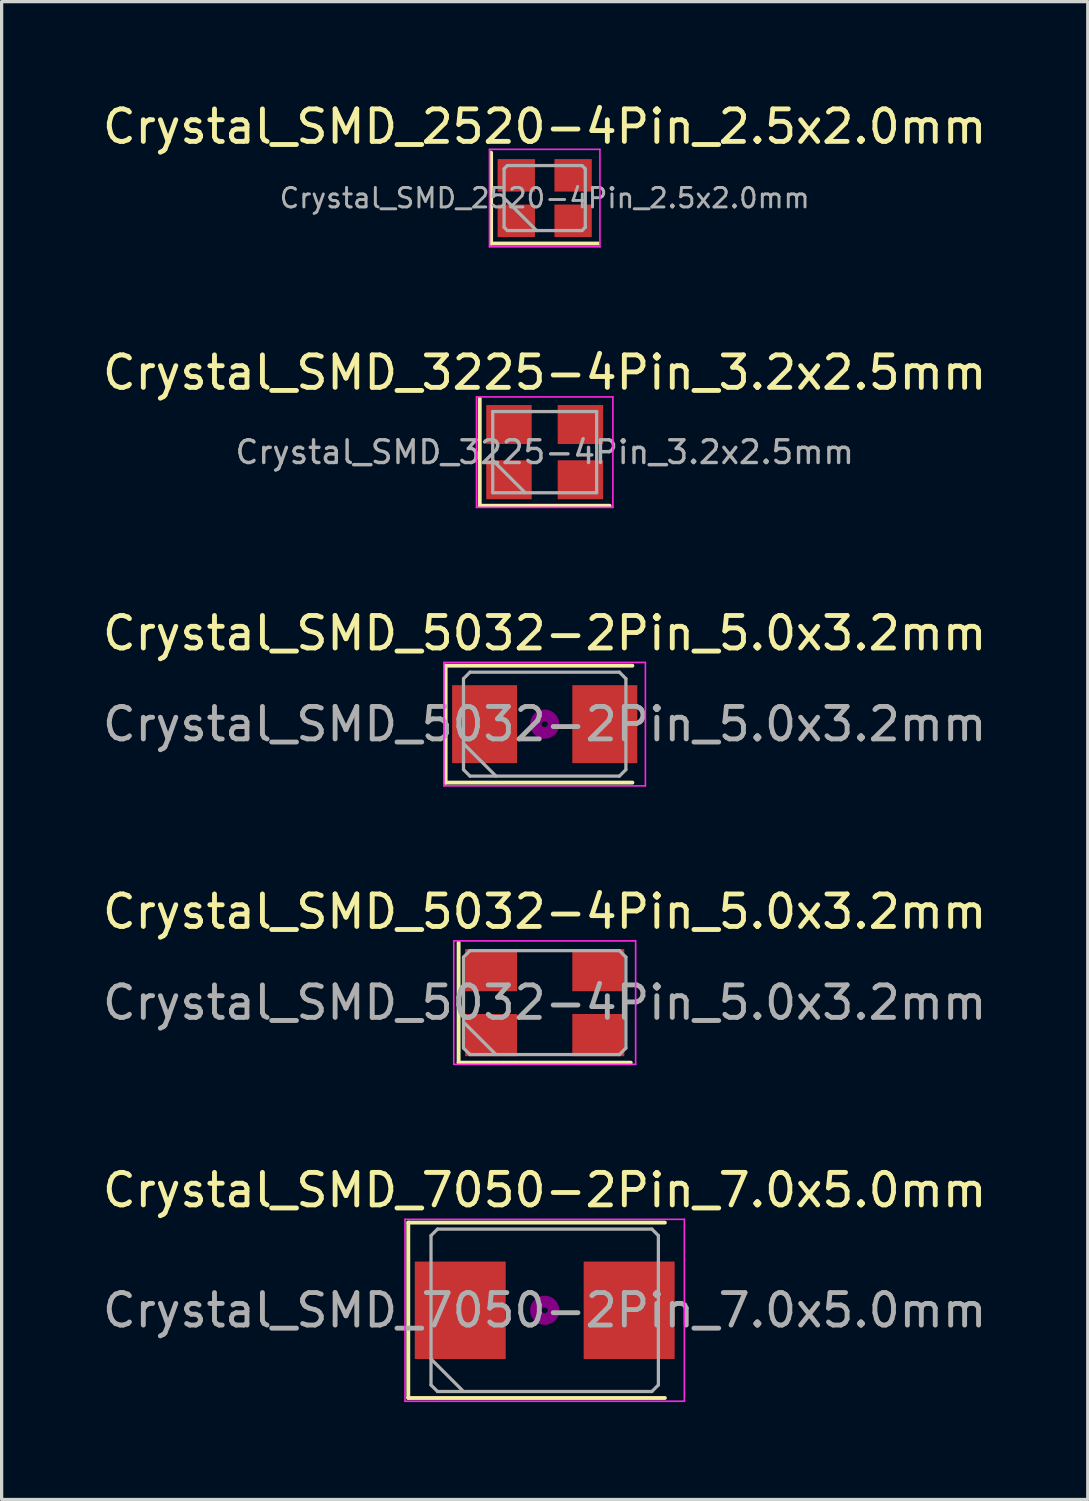
<source format=kicad_pcb>
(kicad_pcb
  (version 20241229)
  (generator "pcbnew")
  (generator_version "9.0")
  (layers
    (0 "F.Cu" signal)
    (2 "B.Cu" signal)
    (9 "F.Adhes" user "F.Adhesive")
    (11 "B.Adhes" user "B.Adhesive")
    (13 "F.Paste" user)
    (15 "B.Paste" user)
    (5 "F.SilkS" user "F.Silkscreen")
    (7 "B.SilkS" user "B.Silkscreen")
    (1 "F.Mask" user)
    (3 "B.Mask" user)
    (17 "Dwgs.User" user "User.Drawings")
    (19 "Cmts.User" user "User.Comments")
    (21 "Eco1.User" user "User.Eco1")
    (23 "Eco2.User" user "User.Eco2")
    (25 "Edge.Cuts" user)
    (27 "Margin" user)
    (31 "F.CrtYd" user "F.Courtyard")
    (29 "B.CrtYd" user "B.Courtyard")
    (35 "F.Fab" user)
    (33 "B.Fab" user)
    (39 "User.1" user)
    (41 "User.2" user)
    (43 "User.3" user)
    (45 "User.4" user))
  (footprint "Crystal_SMD_5032-2Pin_5.0x3.2mm"
    (layer "F.Cu")
    (at 13.72 19.245)
    (property "Reference" "Crystal_SMD_5032-2Pin_5.0x3.2mm" (at 0 -2.8 0) (layer "F.SilkS") (effects (font (size 1 1) (thickness 0.15))))
    (attr smd)
    (fp_line (start -3.05 -1.8) (end -3.05 1.8) (stroke (width 0.12) (type solid)) (layer "F.SilkS"))
    (fp_line (start -3.05 1.8) (end 2.7 1.8) (stroke (width 0.12) (type solid)) (layer "F.SilkS"))
    (fp_line (start 2.7 -1.8) (end -3.05 -1.8) (stroke (width 0.12) (type solid)) (layer "F.SilkS"))
    (fp_circle (center 0 0) (end 0.093 0) (stroke (width 0.187) (type solid)) (fill no) (layer "F.Adhes"))
    (fp_circle (center 0 0) (end 0.213 0) (stroke (width 0.133) (type solid)) (fill no) (layer "F.Adhes"))
    (fp_circle (center 0 0) (end 0.333 0) (stroke (width 0.133) (type solid)) (fill no) (layer "F.Adhes"))
    (fp_circle (center 0 0) (end 0.4 0) (stroke (width 0.1) (type solid)) (fill no) (layer "F.Adhes"))
    (fp_line (start -3.1 -1.9) (end -3.1 1.9) (stroke (width 0.05) (type solid)) (layer "F.CrtYd"))
    (fp_line (start -3.1 1.9) (end 3.1 1.9) (stroke (width 0.05) (type solid)) (layer "F.CrtYd"))
    (fp_line (start 3.1 -1.9) (end -3.1 -1.9) (stroke (width 0.05) (type solid)) (layer "F.CrtYd"))
    (fp_line (start 3.1 1.9) (end 3.1 -1.9) (stroke (width 0.05) (type solid)) (layer "F.CrtYd"))
    (fp_line (start -2.5 -1.4) (end -2.3 -1.6) (stroke (width 0.1) (type solid)) (layer "F.Fab"))
    (fp_line (start -2.5 0.6) (end -1.5 1.6) (stroke (width 0.1) (type solid)) (layer "F.Fab"))
    (fp_line (start -2.5 1.4) (end -2.5 -1.4) (stroke (width 0.1) (type solid)) (layer "F.Fab"))
    (fp_line (start -2.3 -1.6) (end 2.3 -1.6) (stroke (width 0.1) (type solid)) (layer "F.Fab"))
    (fp_line (start -2.3 1.6) (end -2.5 1.4) (stroke (width 0.1) (type solid)) (layer "F.Fab"))
    (fp_line (start 2.3 -1.6) (end 2.5 -1.4) (stroke (width 0.1) (type solid)) (layer "F.Fab"))
    (fp_line (start 2.3 1.6) (end -2.3 1.6) (stroke (width 0.1) (type solid)) (layer "F.Fab"))
    (fp_line (start 2.5 -1.4) (end 2.5 1.4) (stroke (width 0.1) (type solid)) (layer "F.Fab"))
    (fp_line (start 2.5 1.4) (end 2.3 1.6) (stroke (width 0.1) (type solid)) (layer "F.Fab"))
    (fp_text user "${REFERENCE}" (at 0 0 0) (layer "F.Fab") (effects (font (size 1 1) (thickness 0.15))))
    (pad "1" smd rect (at -1.85 0) (size 2 2.4) (layers "F.Cu" "F.Mask" "F.Paste"))
    (pad "2" smd rect (at 1.85 0) (size 2 2.4) (layers "F.Cu" "F.Mask" "F.Paste")))
  (footprint "Crystal_SMD_2520-4Pin_2.5x2.0mm"
    (layer "F.Cu")
    (at 13.72 3.048)
    (property "Reference" "Crystal_SMD_2520-4Pin_2.5x2.0mm" (at 0 -2.2 0) (layer "F.SilkS") (effects (font (size 1 1) (thickness 0.15))))
    (attr smd)
    (fp_line (start -1.65 -1.4) (end -1.65 1.4) (stroke (width 0.12) (type solid)) (layer "F.SilkS"))
    (fp_line (start -1.65 1.4) (end 1.65 1.4) (stroke (width 0.12) (type solid)) (layer "F.SilkS"))
    (fp_line (start -1.7 -1.5) (end -1.7 1.5) (stroke (width 0.05) (type solid)) (layer "F.CrtYd"))
    (fp_line (start -1.7 1.5) (end 1.7 1.5) (stroke (width 0.05) (type solid)) (layer "F.CrtYd"))
    (fp_line (start 1.7 -1.5) (end -1.7 -1.5) (stroke (width 0.05) (type solid)) (layer "F.CrtYd"))
    (fp_line (start 1.7 1.5) (end 1.7 -1.5) (stroke (width 0.05) (type solid)) (layer "F.CrtYd"))
    (fp_line (start -1.25 -0.9) (end -1.15 -1) (stroke (width 0.1) (type solid)) (layer "F.Fab"))
    (fp_line (start -1.25 0) (end -0.25 1) (stroke (width 0.1) (type solid)) (layer "F.Fab"))
    (fp_line (start -1.25 0.9) (end -1.25 -0.9) (stroke (width 0.1) (type solid)) (layer "F.Fab"))
    (fp_line (start -1.15 -1) (end 1.15 -1) (stroke (width 0.1) (type solid)) (layer "F.Fab"))
    (fp_line (start -1.15 1) (end -1.25 0.9) (stroke (width 0.1) (type solid)) (layer "F.Fab"))
    (fp_line (start 1.15 -1) (end 1.25 -0.9) (stroke (width 0.1) (type solid)) (layer "F.Fab"))
    (fp_line (start 1.15 1) (end -1.15 1) (stroke (width 0.1) (type solid)) (layer "F.Fab"))
    (fp_line (start 1.25 -0.9) (end 1.25 0.9) (stroke (width 0.1) (type solid)) (layer "F.Fab"))
    (fp_line (start 1.25 0.9) (end 1.15 1) (stroke (width 0.1) (type solid)) (layer "F.Fab"))
    (fp_text user "${REFERENCE}" (at 0 0 0) (layer "F.Fab") (effects (font (size 0.6 0.6) (thickness 0.09))))
    (pad "1" smd rect (at -0.875 0.7) (size 1.15 1) (layers "F.Cu" "F.Mask" "F.Paste"))
    (pad "2" smd rect (at 0.875 0.7) (size 1.15 1) (layers "F.Cu" "F.Mask" "F.Paste"))
    (pad "3" smd rect (at 0.875 -0.7) (size 1.15 1) (layers "F.Cu" "F.Mask" "F.Paste"))
    (pad "4" smd rect (at -0.875 -0.7) (size 1.15 1) (layers "F.Cu" "F.Mask" "F.Paste")))
  (footprint "Crystal_SMD_3225-4Pin_3.2x2.5mm"
    (layer "F.Cu")
    (at 13.72 10.871)
    (property "Reference" "Crystal_SMD_3225-4Pin_3.2x2.5mm" (at 0 -2.45 0) (layer "F.SilkS") (effects (font (size 1 1) (thickness 0.15))))
    (attr smd)
    (fp_line (start -2 -1.65) (end -2 1.65) (stroke (width 0.12) (type solid)) (layer "F.SilkS"))
    (fp_line (start -2 1.65) (end 2 1.65) (stroke (width 0.12) (type solid)) (layer "F.SilkS"))
    (fp_line (start -2.1 -1.7) (end -2.1 1.7) (stroke (width 0.05) (type solid)) (layer "F.CrtYd"))
    (fp_line (start -2.1 1.7) (end 2.1 1.7) (stroke (width 0.05) (type solid)) (layer "F.CrtYd"))
    (fp_line (start 2.1 -1.7) (end -2.1 -1.7) (stroke (width 0.05) (type solid)) (layer "F.CrtYd"))
    (fp_line (start 2.1 1.7) (end 2.1 -1.7) (stroke (width 0.05) (type solid)) (layer "F.CrtYd"))
    (fp_line (start -1.6 -1.25) (end -1.6 1.25) (stroke (width 0.1) (type solid)) (layer "F.Fab"))
    (fp_line (start -1.6 0.25) (end -0.6 1.25) (stroke (width 0.1) (type solid)) (layer "F.Fab"))
    (fp_line (start -1.6 1.25) (end 1.6 1.25) (stroke (width 0.1) (type solid)) (layer "F.Fab"))
    (fp_line (start 1.6 -1.25) (end -1.6 -1.25) (stroke (width 0.1) (type solid)) (layer "F.Fab"))
    (fp_line (start 1.6 1.25) (end 1.6 -1.25) (stroke (width 0.1) (type solid)) (layer "F.Fab"))
    (fp_text user "${REFERENCE}" (at 0 0 0) (layer "F.Fab") (effects (font (size 0.7 0.7) (thickness 0.105))))
    (pad "1" smd rect (at -1.1 0.85) (size 1.4 1.2) (layers "F.Cu" "F.Mask" "F.Paste"))
    (pad "2" smd rect (at 1.1 0.85) (size 1.4 1.2) (layers "F.Cu" "F.Mask" "F.Paste"))
    (pad "3" smd rect (at 1.1 -0.85) (size 1.4 1.2) (layers "F.Cu" "F.Mask" "F.Paste"))
    (pad "4" smd rect (at -1.1 -0.85) (size 1.4 1.2) (layers "F.Cu" "F.Mask" "F.Paste")))
  (footprint "Crystal_SMD_5032-4Pin_5.0x3.2mm"
    (layer "F.Cu")
    (at 13.72 27.818)
    (property "Reference" "Crystal_SMD_5032-4Pin_5.0x3.2mm" (at 0 -2.8 0) (layer "F.SilkS") (effects (font (size 1 1) (thickness 0.15))))
    (attr smd)
    (fp_line (start -2.65 -1.85) (end -2.65 1.85) (stroke (width 0.12) (type solid)) (layer "F.SilkS"))
    (fp_line (start -2.65 1.85) (end 2.65 1.85) (stroke (width 0.12) (type solid)) (layer "F.SilkS"))
    (fp_line (start -2.8 -1.9) (end -2.8 1.9) (stroke (width 0.05) (type solid)) (layer "F.CrtYd"))
    (fp_line (start -2.8 1.9) (end 2.8 1.9) (stroke (width 0.05) (type solid)) (layer "F.CrtYd"))
    (fp_line (start 2.8 -1.9) (end -2.8 -1.9) (stroke (width 0.05) (type solid)) (layer "F.CrtYd"))
    (fp_line (start 2.8 1.9) (end 2.8 -1.9) (stroke (width 0.05) (type solid)) (layer "F.CrtYd"))
    (fp_line (start -2.5 -1.4) (end -2.3 -1.6) (stroke (width 0.1) (type solid)) (layer "F.Fab"))
    (fp_line (start -2.5 0.6) (end -1.5 1.6) (stroke (width 0.1) (type solid)) (layer "F.Fab"))
    (fp_line (start -2.5 1.4) (end -2.5 -1.4) (stroke (width 0.1) (type solid)) (layer "F.Fab"))
    (fp_line (start -2.3 -1.6) (end 2.3 -1.6) (stroke (width 0.1) (type solid)) (layer "F.Fab"))
    (fp_line (start -2.3 1.6) (end -2.5 1.4) (stroke (width 0.1) (type solid)) (layer "F.Fab"))
    (fp_line (start 2.3 -1.6) (end 2.5 -1.4) (stroke (width 0.1) (type solid)) (layer "F.Fab"))
    (fp_line (start 2.3 1.6) (end -2.3 1.6) (stroke (width 0.1) (type solid)) (layer "F.Fab"))
    (fp_line (start 2.5 -1.4) (end 2.5 1.4) (stroke (width 0.1) (type solid)) (layer "F.Fab"))
    (fp_line (start 2.5 1.4) (end 2.3 1.6) (stroke (width 0.1) (type solid)) (layer "F.Fab"))
    (fp_text user "${REFERENCE}" (at 0 0 0) (layer "F.Fab") (effects (font (size 1 1) (thickness 0.15))))
    (pad "1" smd rect (at -1.65 1) (size 1.6 1.3) (layers "F.Cu" "F.Mask" "F.Paste"))
    (pad "2" smd rect (at 1.65 1) (size 1.6 1.3) (layers "F.Cu" "F.Mask" "F.Paste"))
    (pad "3" smd rect (at 1.65 -1) (size 1.6 1.3) (layers "F.Cu" "F.Mask" "F.Paste"))
    (pad "4" smd rect (at -1.65 -1) (size 1.6 1.3) (layers "F.Cu" "F.Mask" "F.Paste")))
  (footprint "Crystal_SMD_7050-2Pin_7.0x5.0mm"
    (layer "F.Cu")
    (at 13.72 37.291)
    (property "Reference" "Crystal_SMD_7050-2Pin_7.0x5.0mm" (at 0 -3.7 0) (layer "F.SilkS") (effects (font (size 1 1) (thickness 0.15))))
    (attr smd)
    (fp_line (start -4.2 -2.7) (end -4.2 2.7) (stroke (width 0.12) (type solid)) (layer "F.SilkS"))
    (fp_line (start -4.2 2.7) (end 3.7 2.7) (stroke (width 0.12) (type solid)) (layer "F.SilkS"))
    (fp_line (start 3.7 -2.7) (end -4.2 -2.7) (stroke (width 0.12) (type solid)) (layer "F.SilkS"))
    (fp_circle (center 0 0) (end 0.093 0) (stroke (width 0.187) (type solid)) (fill no) (layer "F.Adhes"))
    (fp_circle (center 0 0) (end 0.213 0) (stroke (width 0.133) (type solid)) (fill no) (layer "F.Adhes"))
    (fp_circle (center 0 0) (end 0.333 0) (stroke (width 0.133) (type solid)) (fill no) (layer "F.Adhes"))
    (fp_circle (center 0 0) (end 0.4 0) (stroke (width 0.1) (type solid)) (fill no) (layer "F.Adhes"))
    (fp_line (start -4.3 -2.8) (end -4.3 2.8) (stroke (width 0.05) (type solid)) (layer "F.CrtYd"))
    (fp_line (start -4.3 2.8) (end 4.3 2.8) (stroke (width 0.05) (type solid)) (layer "F.CrtYd"))
    (fp_line (start 4.3 -2.8) (end -4.3 -2.8) (stroke (width 0.05) (type solid)) (layer "F.CrtYd"))
    (fp_line (start 4.3 2.8) (end 4.3 -2.8) (stroke (width 0.05) (type solid)) (layer "F.CrtYd"))
    (fp_line (start -3.5 -2.3) (end -3.3 -2.5) (stroke (width 0.1) (type solid)) (layer "F.Fab"))
    (fp_line (start -3.5 1.5) (end -2.5 2.5) (stroke (width 0.1) (type solid)) (layer "F.Fab"))
    (fp_line (start -3.5 2.3) (end -3.5 -2.3) (stroke (width 0.1) (type solid)) (layer "F.Fab"))
    (fp_line (start -3.3 -2.5) (end 3.3 -2.5) (stroke (width 0.1) (type solid)) (layer "F.Fab"))
    (fp_line (start -3.3 2.5) (end -3.5 2.3) (stroke (width 0.1) (type solid)) (layer "F.Fab"))
    (fp_line (start 3.3 -2.5) (end 3.5 -2.3) (stroke (width 0.1) (type solid)) (layer "F.Fab"))
    (fp_line (start 3.3 2.5) (end -3.3 2.5) (stroke (width 0.1) (type solid)) (layer "F.Fab"))
    (fp_line (start 3.5 -2.3) (end 3.5 2.3) (stroke (width 0.1) (type solid)) (layer "F.Fab"))
    (fp_line (start 3.5 2.3) (end 3.3 2.5) (stroke (width 0.1) (type solid)) (layer "F.Fab"))
    (fp_text user "${REFERENCE}" (at 0 0 0) (layer "F.Fab") (effects (font (size 1 1) (thickness 0.15))))
    (pad "1" smd rect (at -2.6 0) (size 2.8 3) (layers "F.Cu" "F.Mask" "F.Paste"))
    (pad "2" smd rect (at 2.6 0) (size 2.8 3) (layers "F.Cu" "F.Mask" "F.Paste")))
  (gr_rect
    (start -3 -3)
    (end 30.44 43.116)
    (stroke (width 0.1) (type default))
    (fill no)
    (layer "Edge.Cuts")))
</source>
